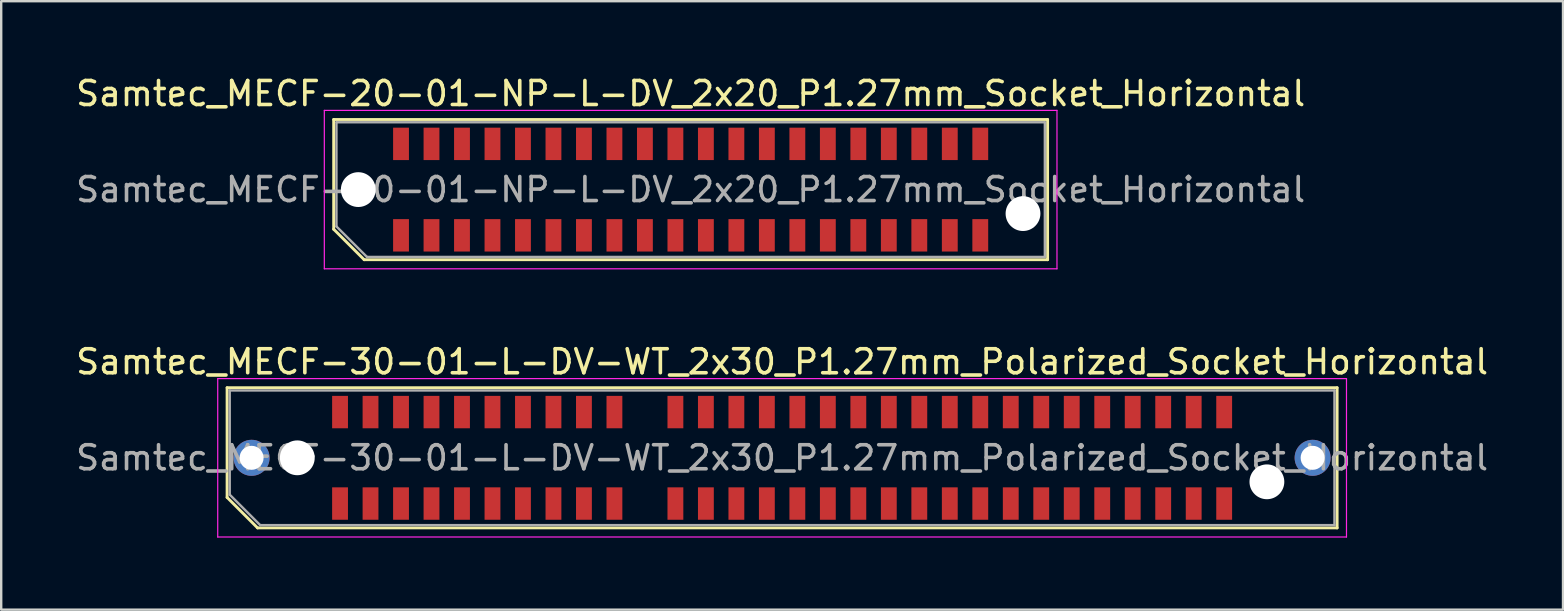
<source format=kicad_pcb>
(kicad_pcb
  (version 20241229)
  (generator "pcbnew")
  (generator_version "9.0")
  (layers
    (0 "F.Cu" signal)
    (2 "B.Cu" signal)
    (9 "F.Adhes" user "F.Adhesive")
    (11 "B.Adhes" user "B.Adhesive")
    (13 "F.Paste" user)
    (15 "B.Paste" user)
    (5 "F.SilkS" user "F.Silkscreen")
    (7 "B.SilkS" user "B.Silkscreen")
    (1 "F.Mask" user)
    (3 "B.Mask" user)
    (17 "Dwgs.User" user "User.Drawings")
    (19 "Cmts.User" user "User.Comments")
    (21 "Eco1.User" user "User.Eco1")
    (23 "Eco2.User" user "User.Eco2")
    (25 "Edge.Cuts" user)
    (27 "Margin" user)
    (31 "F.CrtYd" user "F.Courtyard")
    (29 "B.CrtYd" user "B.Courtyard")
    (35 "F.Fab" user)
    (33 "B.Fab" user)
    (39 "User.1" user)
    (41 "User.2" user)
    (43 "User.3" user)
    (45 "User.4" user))
  (footprint "Samtec_MECF-30-01-L-DV-WT_2x30_P1.27mm_Polarized_Socket_Horizontal"
    (layer "F.Cu")
    (at 29.53 16.021)
    (property "Reference" "Samtec_MECF-30-01-L-DV-WT_2x30_P1.27mm_Polarized_Socket_Horizontal" (at 0 -4 0) (layer "F.SilkS") (effects (font (size 1 1) (thickness 0.15))))
    (attr smd)
    (fp_line (start -23.12 -2.92) (end 23.12 -2.92) (stroke (width 0.12) (type solid)) (layer "F.SilkS"))
    (fp_line (start -23.12 1.65) (end -23.12 -2.92) (stroke (width 0.12) (type solid)) (layer "F.SilkS"))
    (fp_line (start -21.85 2.92) (end -23.12 1.65) (stroke (width 0.12) (type solid)) (layer "F.SilkS"))
    (fp_line (start -21.85 2.92) (end 23.12 2.92) (stroke (width 0.12) (type solid)) (layer "F.SilkS"))
    (fp_line (start 23.12 2.92) (end 23.12 -2.92) (stroke (width 0.12) (type solid)) (layer "F.SilkS"))
    (fp_line (start -23.51 -3.3) (end -23.51 3.3) (stroke (width 0.05) (type solid)) (layer "F.CrtYd"))
    (fp_line (start -23.51 3.3) (end 23.51 3.3) (stroke (width 0.05) (type solid)) (layer "F.CrtYd"))
    (fp_line (start 23.51 -3.3) (end -23.51 -3.3) (stroke (width 0.05) (type solid)) (layer "F.CrtYd"))
    (fp_line (start 23.51 3.3) (end 23.51 -3.3) (stroke (width 0.05) (type solid)) (layer "F.CrtYd"))
    (fp_line (start -23.01 -2.805) (end 23.01 -2.805) (stroke (width 0.1) (type solid)) (layer "F.Fab"))
    (fp_line (start -23.01 1.535) (end -23.01 -2.805) (stroke (width 0.1) (type solid)) (layer "F.Fab"))
    (fp_line (start -23.01 1.535) (end -21.74 2.805) (stroke (width 0.1) (type solid)) (layer "F.Fab"))
    (fp_line (start -21.74 2.805) (end 23.01 2.805) (stroke (width 0.1) (type solid)) (layer "F.Fab"))
    (fp_line (start 23.01 2.805) (end 23.01 -2.805) (stroke (width 0.1) (type solid)) (layer "F.Fab"))
    (fp_text user "${REFERENCE}" (at 0 0 0) (layer "F.Fab") (effects (font (size 1 1) (thickness 0.15))))
    (pad "" thru_hole circle (at -22.1 0) (size 1.5 1.5) (drill 1) (layers "*.Cu" "*.Mask"))
    (pad "" np_thru_hole circle (at -20.195 0) (size 1.45 1.45) (drill 1.45) (layers "*.Cu" "*.Mask"))
    (pad "" np_thru_hole circle (at 20.195 1) (size 1.45 1.45) (drill 1.45) (layers "*.Cu" "*.Mask"))
    (pad "" thru_hole circle (at 22.1 0) (size 1.5 1.5) (drill 1) (layers "*.Cu" "*.Mask"))
    (pad "1" smd rect (at -18.415 1.905) (size 0.66 1.35) (layers "F.Cu" "F.Mask" "F.Paste"))
    (pad "2" smd rect (at -18.415 -1.905) (size 0.66 1.35) (layers "F.Cu" "F.Mask" "F.Paste"))
    (pad "3" smd rect (at -17.145 1.905) (size 0.66 1.35) (layers "F.Cu" "F.Mask" "F.Paste"))
    (pad "4" smd rect (at -17.145 -1.905) (size 0.66 1.35) (layers "F.Cu" "F.Mask" "F.Paste"))
    (pad "5" smd rect (at -15.875 1.905) (size 0.66 1.35) (layers "F.Cu" "F.Mask" "F.Paste"))
    (pad "6" smd rect (at -15.875 -1.905) (size 0.66 1.35) (layers "F.Cu" "F.Mask" "F.Paste"))
    (pad "7" smd rect (at -14.605 1.905) (size 0.66 1.35) (layers "F.Cu" "F.Mask" "F.Paste"))
    (pad "8" smd rect (at -14.605 -1.905) (size 0.66 1.35) (layers "F.Cu" "F.Mask" "F.Paste"))
    (pad "9" smd rect (at -13.335 1.905) (size 0.66 1.35) (layers "F.Cu" "F.Mask" "F.Paste"))
    (pad "10" smd rect (at -13.335 -1.905) (size 0.66 1.35) (layers "F.Cu" "F.Mask" "F.Paste"))
    (pad "11" smd rect (at -12.065 1.905) (size 0.66 1.35) (layers "F.Cu" "F.Mask" "F.Paste"))
    (pad "12" smd rect (at -12.065 -1.905) (size 0.66 1.35) (layers "F.Cu" "F.Mask" "F.Paste"))
    (pad "13" smd rect (at -10.795 1.905) (size 0.66 1.35) (layers "F.Cu" "F.Mask" "F.Paste"))
    (pad "14" smd rect (at -10.795 -1.905) (size 0.66 1.35) (layers "F.Cu" "F.Mask" "F.Paste"))
    (pad "15" smd rect (at -9.525 1.905) (size 0.66 1.35) (layers "F.Cu" "F.Mask" "F.Paste"))
    (pad "16" smd rect (at -9.525 -1.905) (size 0.66 1.35) (layers "F.Cu" "F.Mask" "F.Paste"))
    (pad "17" smd rect (at -8.255 1.905) (size 0.66 1.35) (layers "F.Cu" "F.Mask" "F.Paste"))
    (pad "18" smd rect (at -8.255 -1.905) (size 0.66 1.35) (layers "F.Cu" "F.Mask" "F.Paste"))
    (pad "19" smd rect (at -6.985 1.905) (size 0.66 1.35) (layers "F.Cu" "F.Mask" "F.Paste"))
    (pad "20" smd rect (at -6.985 -1.905) (size 0.66 1.35) (layers "F.Cu" "F.Mask" "F.Paste"))
    (pad "23" smd rect (at -4.445 1.905) (size 0.66 1.35) (layers "F.Cu" "F.Mask" "F.Paste"))
    (pad "24" smd rect (at -4.445 -1.905) (size 0.66 1.35) (layers "F.Cu" "F.Mask" "F.Paste"))
    (pad "25" smd rect (at -3.175 1.905) (size 0.66 1.35) (layers "F.Cu" "F.Mask" "F.Paste"))
    (pad "26" smd rect (at -3.175 -1.905) (size 0.66 1.35) (layers "F.Cu" "F.Mask" "F.Paste"))
    (pad "27" smd rect (at -1.905 1.905) (size 0.66 1.35) (layers "F.Cu" "F.Mask" "F.Paste"))
    (pad "28" smd rect (at -1.905 -1.905) (size 0.66 1.35) (layers "F.Cu" "F.Mask" "F.Paste"))
    (pad "29" smd rect (at -0.635 1.905) (size 0.66 1.35) (layers "F.Cu" "F.Mask" "F.Paste"))
    (pad "30" smd rect (at -0.635 -1.905) (size 0.66 1.35) (layers "F.Cu" "F.Mask" "F.Paste"))
    (pad "31" smd rect (at 0.635 1.905) (size 0.66 1.35) (layers "F.Cu" "F.Mask" "F.Paste"))
    (pad "32" smd rect (at 0.635 -1.905) (size 0.66 1.35) (layers "F.Cu" "F.Mask" "F.Paste"))
    (pad "33" smd rect (at 1.905 1.905) (size 0.66 1.35) (layers "F.Cu" "F.Mask" "F.Paste"))
    (pad "34" smd rect (at 1.905 -1.905) (size 0.66 1.35) (layers "F.Cu" "F.Mask" "F.Paste"))
    (pad "35" smd rect (at 3.175 1.905) (size 0.66 1.35) (layers "F.Cu" "F.Mask" "F.Paste"))
    (pad "36" smd rect (at 3.175 -1.905) (size 0.66 1.35) (layers "F.Cu" "F.Mask" "F.Paste"))
    (pad "37" smd rect (at 4.445 1.905) (size 0.66 1.35) (layers "F.Cu" "F.Mask" "F.Paste"))
    (pad "38" smd rect (at 4.445 -1.905) (size 0.66 1.35) (layers "F.Cu" "F.Mask" "F.Paste"))
    (pad "39" smd rect (at 5.715 1.905) (size 0.66 1.35) (layers "F.Cu" "F.Mask" "F.Paste"))
    (pad "40" smd rect (at 5.715 -1.905) (size 0.66 1.35) (layers "F.Cu" "F.Mask" "F.Paste"))
    (pad "41" smd rect (at 6.985 1.905) (size 0.66 1.35) (layers "F.Cu" "F.Mask" "F.Paste"))
    (pad "42" smd rect (at 6.985 -1.905) (size 0.66 1.35) (layers "F.Cu" "F.Mask" "F.Paste"))
    (pad "43" smd rect (at 8.255 1.905) (size 0.66 1.35) (layers "F.Cu" "F.Mask" "F.Paste"))
    (pad "44" smd rect (at 8.255 -1.905) (size 0.66 1.35) (layers "F.Cu" "F.Mask" "F.Paste"))
    (pad "45" smd rect (at 9.525 1.905) (size 0.66 1.35) (layers "F.Cu" "F.Mask" "F.Paste"))
    (pad "46" smd rect (at 9.525 -1.905) (size 0.66 1.35) (layers "F.Cu" "F.Mask" "F.Paste"))
    (pad "47" smd rect (at 10.795 1.905) (size 0.66 1.35) (layers "F.Cu" "F.Mask" "F.Paste"))
    (pad "48" smd rect (at 10.795 -1.905) (size 0.66 1.35) (layers "F.Cu" "F.Mask" "F.Paste"))
    (pad "49" smd rect (at 12.065 1.905) (size 0.66 1.35) (layers "F.Cu" "F.Mask" "F.Paste"))
    (pad "50" smd rect (at 12.065 -1.905) (size 0.66 1.35) (layers "F.Cu" "F.Mask" "F.Paste"))
    (pad "51" smd rect (at 13.335 1.905) (size 0.66 1.35) (layers "F.Cu" "F.Mask" "F.Paste"))
    (pad "52" smd rect (at 13.335 -1.905) (size 0.66 1.35) (layers "F.Cu" "F.Mask" "F.Paste"))
    (pad "53" smd rect (at 14.605 1.905) (size 0.66 1.35) (layers "F.Cu" "F.Mask" "F.Paste"))
    (pad "54" smd rect (at 14.605 -1.905) (size 0.66 1.35) (layers "F.Cu" "F.Mask" "F.Paste"))
    (pad "55" smd rect (at 15.875 1.905) (size 0.66 1.35) (layers "F.Cu" "F.Mask" "F.Paste"))
    (pad "56" smd rect (at 15.875 -1.905) (size 0.66 1.35) (layers "F.Cu" "F.Mask" "F.Paste"))
    (pad "57" smd rect (at 17.145 1.905) (size 0.66 1.35) (layers "F.Cu" "F.Mask" "F.Paste"))
    (pad "58" smd rect (at 17.145 -1.905) (size 0.66 1.35) (layers "F.Cu" "F.Mask" "F.Paste"))
    (pad "59" smd rect (at 18.415 1.905) (size 0.66 1.35) (layers "F.Cu" "F.Mask" "F.Paste"))
    (pad "60" smd rect (at 18.415 -1.905) (size 0.66 1.35) (layers "F.Cu" "F.Mask" "F.Paste")))
  (footprint "Samtec_MECF-20-01-NP-L-DV_2x20_P1.27mm_Socket_Horizontal"
    (layer "F.Cu")
    (at 25.72 4.848)
    (property "Reference" "Samtec_MECF-20-01-NP-L-DV_2x20_P1.27mm_Socket_Horizontal" (at 0 -4 0) (layer "F.SilkS") (effects (font (size 1 1) (thickness 0.15))))
    (attr smd)
    (fp_line (start -14.87 -2.92) (end 14.87 -2.92) (stroke (width 0.12) (type solid)) (layer "F.SilkS"))
    (fp_line (start -14.87 1.65) (end -14.87 -2.92) (stroke (width 0.12) (type solid)) (layer "F.SilkS"))
    (fp_line (start -13.6 2.92) (end -14.87 1.65) (stroke (width 0.12) (type solid)) (layer "F.SilkS"))
    (fp_line (start -13.6 2.92) (end 14.87 2.92) (stroke (width 0.12) (type solid)) (layer "F.SilkS"))
    (fp_line (start 14.87 2.92) (end 14.87 -2.92) (stroke (width 0.12) (type solid)) (layer "F.SilkS"))
    (fp_line (start -15.26 -3.3) (end -15.26 3.3) (stroke (width 0.05) (type solid)) (layer "F.CrtYd"))
    (fp_line (start -15.26 3.3) (end 15.26 3.3) (stroke (width 0.05) (type solid)) (layer "F.CrtYd"))
    (fp_line (start 15.26 -3.3) (end -15.26 -3.3) (stroke (width 0.05) (type solid)) (layer "F.CrtYd"))
    (fp_line (start 15.26 3.3) (end 15.26 -3.3) (stroke (width 0.05) (type solid)) (layer "F.CrtYd"))
    (fp_line (start -14.755 -2.805) (end 14.755 -2.805) (stroke (width 0.1) (type solid)) (layer "F.Fab"))
    (fp_line (start -14.755 1.535) (end -14.755 -2.805) (stroke (width 0.1) (type solid)) (layer "F.Fab"))
    (fp_line (start -14.755 1.535) (end -13.485 2.805) (stroke (width 0.1) (type solid)) (layer "F.Fab"))
    (fp_line (start -13.485 2.805) (end 14.755 2.805) (stroke (width 0.1) (type solid)) (layer "F.Fab"))
    (fp_line (start 14.755 2.805) (end 14.755 -2.805) (stroke (width 0.1) (type solid)) (layer "F.Fab"))
    (fp_text user "${REFERENCE}" (at 0 0 0) (layer "F.Fab") (effects (font (size 1 1) (thickness 0.15))))
    (pad "" np_thru_hole circle (at -13.845 0) (size 1.45 1.45) (drill 1.45) (layers "*.Cu" "*.Mask"))
    (pad "" np_thru_hole circle (at 13.845 1) (size 1.45 1.45) (drill 1.45) (layers "*.Cu" "*.Mask"))
    (pad "1" smd rect (at -12.065 1.905) (size 0.66 1.35) (layers "F.Cu" "F.Mask" "F.Paste"))
    (pad "2" smd rect (at -12.065 -1.905) (size 0.66 1.35) (layers "F.Cu" "F.Mask" "F.Paste"))
    (pad "3" smd rect (at -10.795 1.905) (size 0.66 1.35) (layers "F.Cu" "F.Mask" "F.Paste"))
    (pad "4" smd rect (at -10.795 -1.905) (size 0.66 1.35) (layers "F.Cu" "F.Mask" "F.Paste"))
    (pad "5" smd rect (at -9.525 1.905) (size 0.66 1.35) (layers "F.Cu" "F.Mask" "F.Paste"))
    (pad "6" smd rect (at -9.525 -1.905) (size 0.66 1.35) (layers "F.Cu" "F.Mask" "F.Paste"))
    (pad "7" smd rect (at -8.255 1.905) (size 0.66 1.35) (layers "F.Cu" "F.Mask" "F.Paste"))
    (pad "8" smd rect (at -8.255 -1.905) (size 0.66 1.35) (layers "F.Cu" "F.Mask" "F.Paste"))
    (pad "9" smd rect (at -6.985 1.905) (size 0.66 1.35) (layers "F.Cu" "F.Mask" "F.Paste"))
    (pad "10" smd rect (at -6.985 -1.905) (size 0.66 1.35) (layers "F.Cu" "F.Mask" "F.Paste"))
    (pad "11" smd rect (at -5.715 1.905) (size 0.66 1.35) (layers "F.Cu" "F.Mask" "F.Paste"))
    (pad "12" smd rect (at -5.715 -1.905) (size 0.66 1.35) (layers "F.Cu" "F.Mask" "F.Paste"))
    (pad "13" smd rect (at -4.445 1.905) (size 0.66 1.35) (layers "F.Cu" "F.Mask" "F.Paste"))
    (pad "14" smd rect (at -4.445 -1.905) (size 0.66 1.35) (layers "F.Cu" "F.Mask" "F.Paste"))
    (pad "15" smd rect (at -3.175 1.905) (size 0.66 1.35) (layers "F.Cu" "F.Mask" "F.Paste"))
    (pad "16" smd rect (at -3.175 -1.905) (size 0.66 1.35) (layers "F.Cu" "F.Mask" "F.Paste"))
    (pad "17" smd rect (at -1.905 1.905) (size 0.66 1.35) (layers "F.Cu" "F.Mask" "F.Paste"))
    (pad "18" smd rect (at -1.905 -1.905) (size 0.66 1.35) (layers "F.Cu" "F.Mask" "F.Paste"))
    (pad "19" smd rect (at -0.635 1.905) (size 0.66 1.35) (layers "F.Cu" "F.Mask" "F.Paste"))
    (pad "20" smd rect (at -0.635 -1.905) (size 0.66 1.35) (layers "F.Cu" "F.Mask" "F.Paste"))
    (pad "21" smd rect (at 0.635 1.905) (size 0.66 1.35) (layers "F.Cu" "F.Mask" "F.Paste"))
    (pad "22" smd rect (at 0.635 -1.905) (size 0.66 1.35) (layers "F.Cu" "F.Mask" "F.Paste"))
    (pad "23" smd rect (at 1.905 1.905) (size 0.66 1.35) (layers "F.Cu" "F.Mask" "F.Paste"))
    (pad "24" smd rect (at 1.905 -1.905) (size 0.66 1.35) (layers "F.Cu" "F.Mask" "F.Paste"))
    (pad "25" smd rect (at 3.175 1.905) (size 0.66 1.35) (layers "F.Cu" "F.Mask" "F.Paste"))
    (pad "26" smd rect (at 3.175 -1.905) (size 0.66 1.35) (layers "F.Cu" "F.Mask" "F.Paste"))
    (pad "27" smd rect (at 4.445 1.905) (size 0.66 1.35) (layers "F.Cu" "F.Mask" "F.Paste"))
    (pad "28" smd rect (at 4.445 -1.905) (size 0.66 1.35) (layers "F.Cu" "F.Mask" "F.Paste"))
    (pad "29" smd rect (at 5.715 1.905) (size 0.66 1.35) (layers "F.Cu" "F.Mask" "F.Paste"))
    (pad "30" smd rect (at 5.715 -1.905) (size 0.66 1.35) (layers "F.Cu" "F.Mask" "F.Paste"))
    (pad "31" smd rect (at 6.985 1.905) (size 0.66 1.35) (layers "F.Cu" "F.Mask" "F.Paste"))
    (pad "32" smd rect (at 6.985 -1.905) (size 0.66 1.35) (layers "F.Cu" "F.Mask" "F.Paste"))
    (pad "33" smd rect (at 8.255 1.905) (size 0.66 1.35) (layers "F.Cu" "F.Mask" "F.Paste"))
    (pad "34" smd rect (at 8.255 -1.905) (size 0.66 1.35) (layers "F.Cu" "F.Mask" "F.Paste"))
    (pad "35" smd rect (at 9.525 1.905) (size 0.66 1.35) (layers "F.Cu" "F.Mask" "F.Paste"))
    (pad "36" smd rect (at 9.525 -1.905) (size 0.66 1.35) (layers "F.Cu" "F.Mask" "F.Paste"))
    (pad "37" smd rect (at 10.795 1.905) (size 0.66 1.35) (layers "F.Cu" "F.Mask" "F.Paste"))
    (pad "38" smd rect (at 10.795 -1.905) (size 0.66 1.35) (layers "F.Cu" "F.Mask" "F.Paste"))
    (pad "39" smd rect (at 12.065 1.905) (size 0.66 1.35) (layers "F.Cu" "F.Mask" "F.Paste"))
    (pad "40" smd rect (at 12.065 -1.905) (size 0.66 1.35) (layers "F.Cu" "F.Mask" "F.Paste")))
  (gr_rect
    (start -3 -3)
    (end 62.06 22.346)
    (stroke (width 0.1) (type default))
    (fill no)
    (layer "Edge.Cuts")))
</source>
